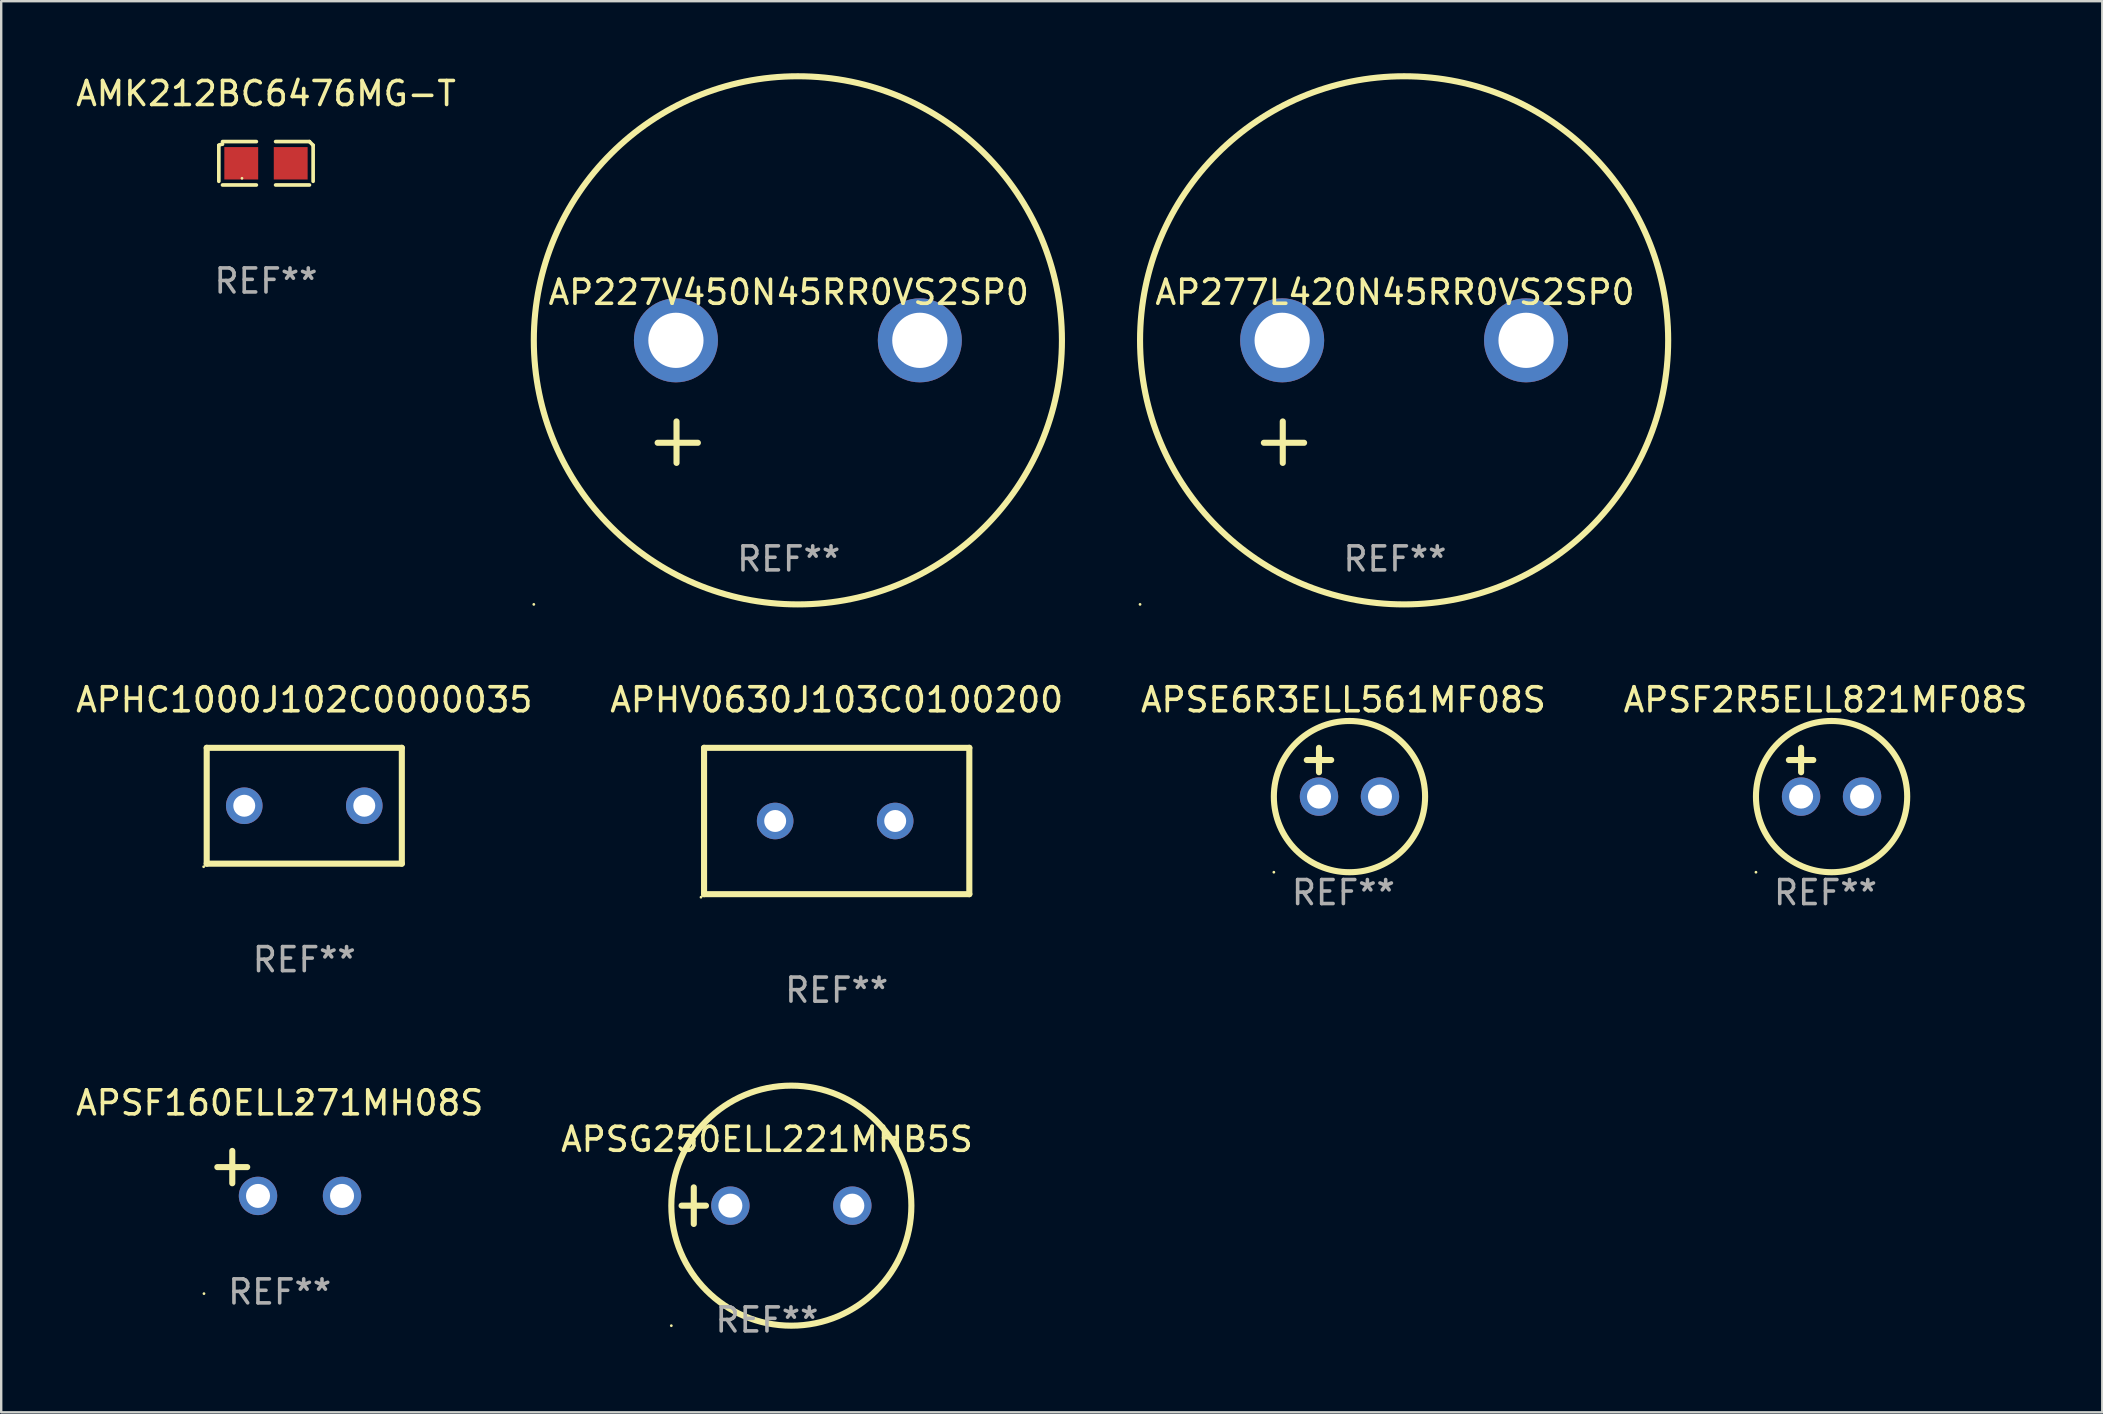
<source format=kicad_pcb>
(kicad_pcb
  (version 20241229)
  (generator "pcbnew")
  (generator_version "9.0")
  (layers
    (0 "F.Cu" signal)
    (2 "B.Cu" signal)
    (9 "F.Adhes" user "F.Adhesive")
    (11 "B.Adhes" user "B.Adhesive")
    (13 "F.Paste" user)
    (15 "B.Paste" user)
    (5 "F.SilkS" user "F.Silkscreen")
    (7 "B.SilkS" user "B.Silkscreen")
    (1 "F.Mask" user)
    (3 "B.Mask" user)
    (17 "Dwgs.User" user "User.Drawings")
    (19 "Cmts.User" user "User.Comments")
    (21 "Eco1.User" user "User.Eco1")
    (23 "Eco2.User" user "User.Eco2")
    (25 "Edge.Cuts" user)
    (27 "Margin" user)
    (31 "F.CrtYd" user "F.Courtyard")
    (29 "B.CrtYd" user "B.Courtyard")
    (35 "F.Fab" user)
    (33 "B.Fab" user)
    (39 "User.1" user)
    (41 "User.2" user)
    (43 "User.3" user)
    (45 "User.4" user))
  (footprint "APSE6R3ELL561MF08S"
    (layer "F.Cu")
    (at 52.911 29.118)
    (property "Reference" "APSE6R3ELL561MF08S" (at 0 -3.016 0) (layer "F.SilkS") (effects (font (size 1 1) (thickness 0.15))))
    (attr through_hole)
    (fp_line (start -1.524 -0.508) (end -0.508 -0.508) (stroke (width 0.254) (type solid)) (layer "F.SilkS"))
    (fp_line (start -1.016 -1.016) (end -1.016 0) (stroke (width 0.254) (type solid)) (layer "F.SilkS"))
    (fp_circle (center -2.896 4.166) (end -2.866 4.166) (stroke (width 0.06) (type solid)) (fill no) (layer "F.SilkS"))
    (fp_circle (center 0.254 1.016) (end 3.404 1.016) (stroke (width 0.254) (type solid)) (fill no) (layer "F.SilkS"))
    (fp_text user "REF**" (at 0 5.016 0) (layer "F.Fab") (effects (font (size 1 1) (thickness 0.15))))
    (pad "1" thru_hole circle (at -1.016 1.016) (size 1.6 1.6) (drill 1) (layers "*.Cu" "*.Mask"))
    (pad "2" thru_hole circle (at 1.524 1.016) (size 1.6 1.6) (drill 1) (layers "*.Cu" "*.Mask")))
  (footprint "APSF160ELL271MH08S"
    (layer "F.Cu")
    (at 8.601 45.831)
    (property "Reference" "APSF160ELL271MH08S" (at 0 -2.937 0) (layer "F.SilkS") (effects (font (size 1 1) (thickness 0.15))))
    (attr through_hole)
    (fp_line (start -1.975 0.41) (end -1.975 -0.937) (stroke (width 0.254) (type solid)) (layer "F.SilkS"))
    (fp_line (start -1.353 -0.263) (end -2.597 -0.263) (stroke (width 0.254) (type solid)) (layer "F.SilkS"))
    (fp_arc (start 0.849809 -3.063957) (mid 0.885369 -3.064114) (end 0.920929 -3.063957) (stroke (width 0.254001) (type solid)) (layer "F.SilkS"))
    (fp_circle (center -3.154 5.008) (end -3.124 5.008) (stroke (width 0.06) (type solid)) (fill no) (layer "F.SilkS"))
    (fp_text user "REF**" (at 0 4.937 0) (layer "F.Fab") (effects (font (size 1 1) (thickness 0.15))))
    (pad "1" thru_hole circle (at -0.903 0.937) (size 1.6 1.6) (drill 1) (layers "*.Cu" "*.Mask"))
    (pad "2" thru_hole circle (at 2.597 0.937) (size 1.6 1.6) (drill 1) (layers "*.Cu" "*.Mask")))
  (footprint "APHV0630J103C0100200"
    (layer "F.Cu")
    (at 31.804 31.15)
    (property "Reference" "APHV0630J103C0100200" (at 0 -5.048 0) (layer "F.SilkS") (effects (font (size 1 1) (thickness 0.15))))
    (attr through_hole)
    (fp_line (start -5.525 -3.048) (end -5.525 3.048) (stroke (width 0.254) (type solid)) (layer "F.SilkS"))
    (fp_line (start -5.525 3.048) (end 5.525 3.048) (stroke (width 0.254) (type solid)) (layer "F.SilkS"))
    (fp_line (start 5.525 -3.048) (end -5.525 -3.048) (stroke (width 0.254) (type solid)) (layer "F.SilkS"))
    (fp_line (start 5.525 3.048) (end 5.525 -3.048) (stroke (width 0.254) (type solid)) (layer "F.SilkS"))
    (fp_circle (center -5.652 3.175) (end -5.622 3.175) (stroke (width 0.06) (type solid)) (fill no) (layer "F.SilkS"))
    (fp_text user "REF**" (at 0 7.048 0) (layer "F.Fab") (effects (font (size 1 1) (thickness 0.15))))
    (pad "1" thru_hole circle (at -2.563 0) (size 1.524 1.524) (drill 0.914) (layers "*.Cu" "*.Mask"))
    (pad "2" thru_hole circle (at 2.437 0) (size 1.524 1.524) (drill 0.914) (layers "*.Cu" "*.Mask")))
  (footprint "AP277L420N45RR0VS2SP0"
    (layer "F.Cu")
    (at 55.06 13.68)
    (property "Reference" "AP277L420N45RR0VS2SP0" (at 0 -4.553 0) (layer "F.SilkS") (effects (font (size 1 1) (thickness 0.15))))
    (attr through_hole)
    (fp_line (start -4.674 2.553) (end -4.674 0.826) (stroke (width 0.254) (type solid)) (layer "F.SilkS"))
    (fp_line (start -3.785 1.715) (end -5.461 1.715) (stroke (width 0.254) (type solid)) (layer "F.SilkS"))
    (fp_circle (center -10.619 8.447) (end -10.589 8.447) (stroke (width 0.06) (type solid)) (fill no) (layer "F.SilkS"))
    (fp_circle (center 0.381 -2.553) (end 11.381 -2.553) (stroke (width 0.254) (type solid)) (fill no) (layer "F.SilkS"))
    (fp_text user "REF**" (at 0 6.553 0) (layer "F.Fab") (effects (font (size 1 1) (thickness 0.15))))
    (pad "1" thru_hole circle (at -4.699 -2.553) (size 3.5 3.5) (drill 2.3) (layers "*.Cu" "*.Mask"))
    (pad "2" thru_hole circle (at 5.461 -2.553) (size 3.5 3.5) (drill 2.3) (layers "*.Cu" "*.Mask")))
  (footprint "APSF2R5ELL821MF08S"
    (layer "F.Cu")
    (at 72.994 29.118)
    (property "Reference" "APSF2R5ELL821MF08S" (at 0 -3.016 0) (layer "F.SilkS") (effects (font (size 1 1) (thickness 0.15))))
    (attr through_hole)
    (fp_line (start -1.524 -0.508) (end -0.508 -0.508) (stroke (width 0.254) (type solid)) (layer "F.SilkS"))
    (fp_line (start -1.016 -1.016) (end -1.016 0) (stroke (width 0.254) (type solid)) (layer "F.SilkS"))
    (fp_circle (center -2.896 4.166) (end -2.866 4.166) (stroke (width 0.06) (type solid)) (fill no) (layer "F.SilkS"))
    (fp_circle (center 0.254 1.016) (end 3.404 1.016) (stroke (width 0.254) (type solid)) (fill no) (layer "F.SilkS"))
    (fp_text user "REF**" (at 0 5.016 0) (layer "F.Fab") (effects (font (size 1 1) (thickness 0.15))))
    (pad "1" thru_hole circle (at -1.016 1.016) (size 1.6 1.6) (drill 1) (layers "*.Cu" "*.Mask"))
    (pad "2" thru_hole circle (at 1.524 1.016) (size 1.6 1.6) (drill 1) (layers "*.Cu" "*.Mask")))
  (footprint "APHC1000J102C0000035"
    (layer "F.Cu")
    (at 9.625 30.515)
    (property "Reference" "APHC1000J102C0000035" (at 0 -4.413 0) (layer "F.SilkS") (effects (font (size 1 1) (thickness 0.15))))
    (attr through_hole)
    (fp_line (start -4.064 -2.413) (end 4.064 -2.413) (stroke (width 0.254) (type solid)) (layer "F.SilkS"))
    (fp_line (start -4.064 2.413) (end -4.064 -2.413) (stroke (width 0.254) (type solid)) (layer "F.SilkS"))
    (fp_line (start 4.064 -2.413) (end 4.064 2.413) (stroke (width 0.254) (type solid)) (layer "F.SilkS"))
    (fp_line (start 4.064 2.413) (end -4.064 2.413) (stroke (width 0.254) (type solid)) (layer "F.SilkS"))
    (fp_circle (center -4.191 2.54) (end -4.161 2.54) (stroke (width 0.06) (type solid)) (fill no) (layer "F.SilkS"))
    (fp_text user "REF**" (at 0 6.413 0) (layer "F.Fab") (effects (font (size 1 1) (thickness 0.15))))
    (pad "1" thru_hole circle (at -2.5 0) (size 1.524 1.524) (drill 0.914) (layers "*.Cu" "*.Mask"))
    (pad "2" thru_hole circle (at 2.5 0) (size 1.524 1.524) (drill 0.914) (layers "*.Cu" "*.Mask")))
  (footprint "AP227V450N45RR0VS2SP0"
    (layer "F.Cu")
    (at 29.806 13.68)
    (property "Reference" "AP227V450N45RR0VS2SP0" (at 0 -4.553 0) (layer "F.SilkS") (effects (font (size 1 1) (thickness 0.15))))
    (attr through_hole)
    (fp_line (start -4.674 2.553) (end -4.674 0.826) (stroke (width 0.254) (type solid)) (layer "F.SilkS"))
    (fp_line (start -3.785 1.715) (end -5.461 1.715) (stroke (width 0.254) (type solid)) (layer "F.SilkS"))
    (fp_circle (center -10.619 8.447) (end -10.589 8.447) (stroke (width 0.06) (type solid)) (fill no) (layer "F.SilkS"))
    (fp_circle (center 0.381 -2.553) (end 11.381 -2.553) (stroke (width 0.254) (type solid)) (fill no) (layer "F.SilkS"))
    (fp_text user "REF**" (at 0 6.553 0) (layer "F.Fab") (effects (font (size 1 1) (thickness 0.15))))
    (pad "1" thru_hole circle (at -4.699 -2.553) (size 3.5 3.5) (drill 2.3) (layers "*.Cu" "*.Mask"))
    (pad "2" thru_hole circle (at 5.461 -2.553) (size 3.5 3.5) (drill 2.3) (layers "*.Cu" "*.Mask")))
  (footprint "AMK212BC6476MG-T"
    (layer "F.Cu")
    (at 8.03 3.752)
    (property "Reference" "AMK212BC6476MG-T" (at 0 -2.904 0) (layer "F.SilkS") (effects (font (size 1 1) (thickness 0.15))))
    (attr through_hole)
    (fp_line (start -1.964 0.751) (end -1.964 -0.751) (stroke (width 0.152) (type solid)) (layer "F.SilkS"))
    (fp_line (start -1.811 -0.904) (end -0.401 -0.904) (stroke (width 0.152) (type solid)) (layer "F.SilkS"))
    (fp_line (start -0.401 0.904) (end -1.811 0.904) (stroke (width 0.152) (type solid)) (layer "F.SilkS"))
    (fp_line (start 0.401 0.904) (end 1.811 0.904) (stroke (width 0.152) (type solid)) (layer "F.SilkS"))
    (fp_line (start 1.811 -0.904) (end 0.401 -0.904) (stroke (width 0.152) (type solid)) (layer "F.SilkS"))
    (fp_line (start 1.964 0.751) (end 1.964 -0.751) (stroke (width 0.152) (type solid)) (layer "F.SilkS"))
    (fp_arc (start -1.963602 -0.751207) (mid -1.890354 -0.783131) (end -1.811201 -0.794044) (stroke (width 0.1524) (type solid)) (layer "F.SilkS"))
    (fp_arc (start 1.811202 -0.903607) (mid 1.887413 -0.827418) (end 1.963602 -0.751207) (stroke (width 0.1524) (type solid)) (layer "F.SilkS"))
    (fp_circle (center -1 0.625) (end -0.97 0.625) (stroke (width 0.06) (type solid)) (fill no) (layer "F.SilkS"))
    (fp_text user "REF**" (at 0 4.904 0) (layer "F.Fab") (effects (font (size 1 1) (thickness 0.15))))
    (pad "1" smd rect (at -1.03 0) (size 1.41 1.35) (layers "F.Cu" "F.Mask" "F.Paste"))
    (pad "2" smd rect (at 1.03 0) (size 1.41 1.35) (layers "F.Cu" "F.Mask" "F.Paste")))
  (footprint "APSG250ELL221MHB5S"
    (layer "F.Cu")
    (at 28.899 47.174)
    (property "Reference" "APSG250ELL221MHB5S" (at 0 -2.762 0) (layer "F.SilkS") (effects (font (size 1 1) (thickness 0.15))))
    (attr through_hole)
    (fp_line (start -3.556 0) (end -2.54 0) (stroke (width 0.254) (type solid)) (layer "F.SilkS"))
    (fp_line (start -3.048 -0.762) (end -3.048 0.762) (stroke (width 0.254) (type solid)) (layer "F.SilkS"))
    (fp_circle (center -3.984 5) (end -3.954 5) (stroke (width 0.06) (type solid)) (fill no) (layer "F.SilkS"))
    (fp_circle (center 1.016 0) (end 6.016 0) (stroke (width 0.254) (type solid)) (fill no) (layer "F.SilkS"))
    (fp_text user "REF**" (at 0 4.762 0) (layer "F.Fab") (effects (font (size 1 1) (thickness 0.15))))
    (pad "1" thru_hole circle (at -1.524 0) (size 1.6 1.6) (drill 1) (layers "*.Cu" "*.Mask"))
    (pad "2" thru_hole circle (at 3.556 0) (size 1.6 1.6) (drill 1) (layers "*.Cu" "*.Mask")))
  (gr_rect
    (start -3 -3)
    (end 84.524 55.784)
    (stroke (width 0.1) (type default))
    (fill no)
    (layer "Edge.Cuts")))
</source>
